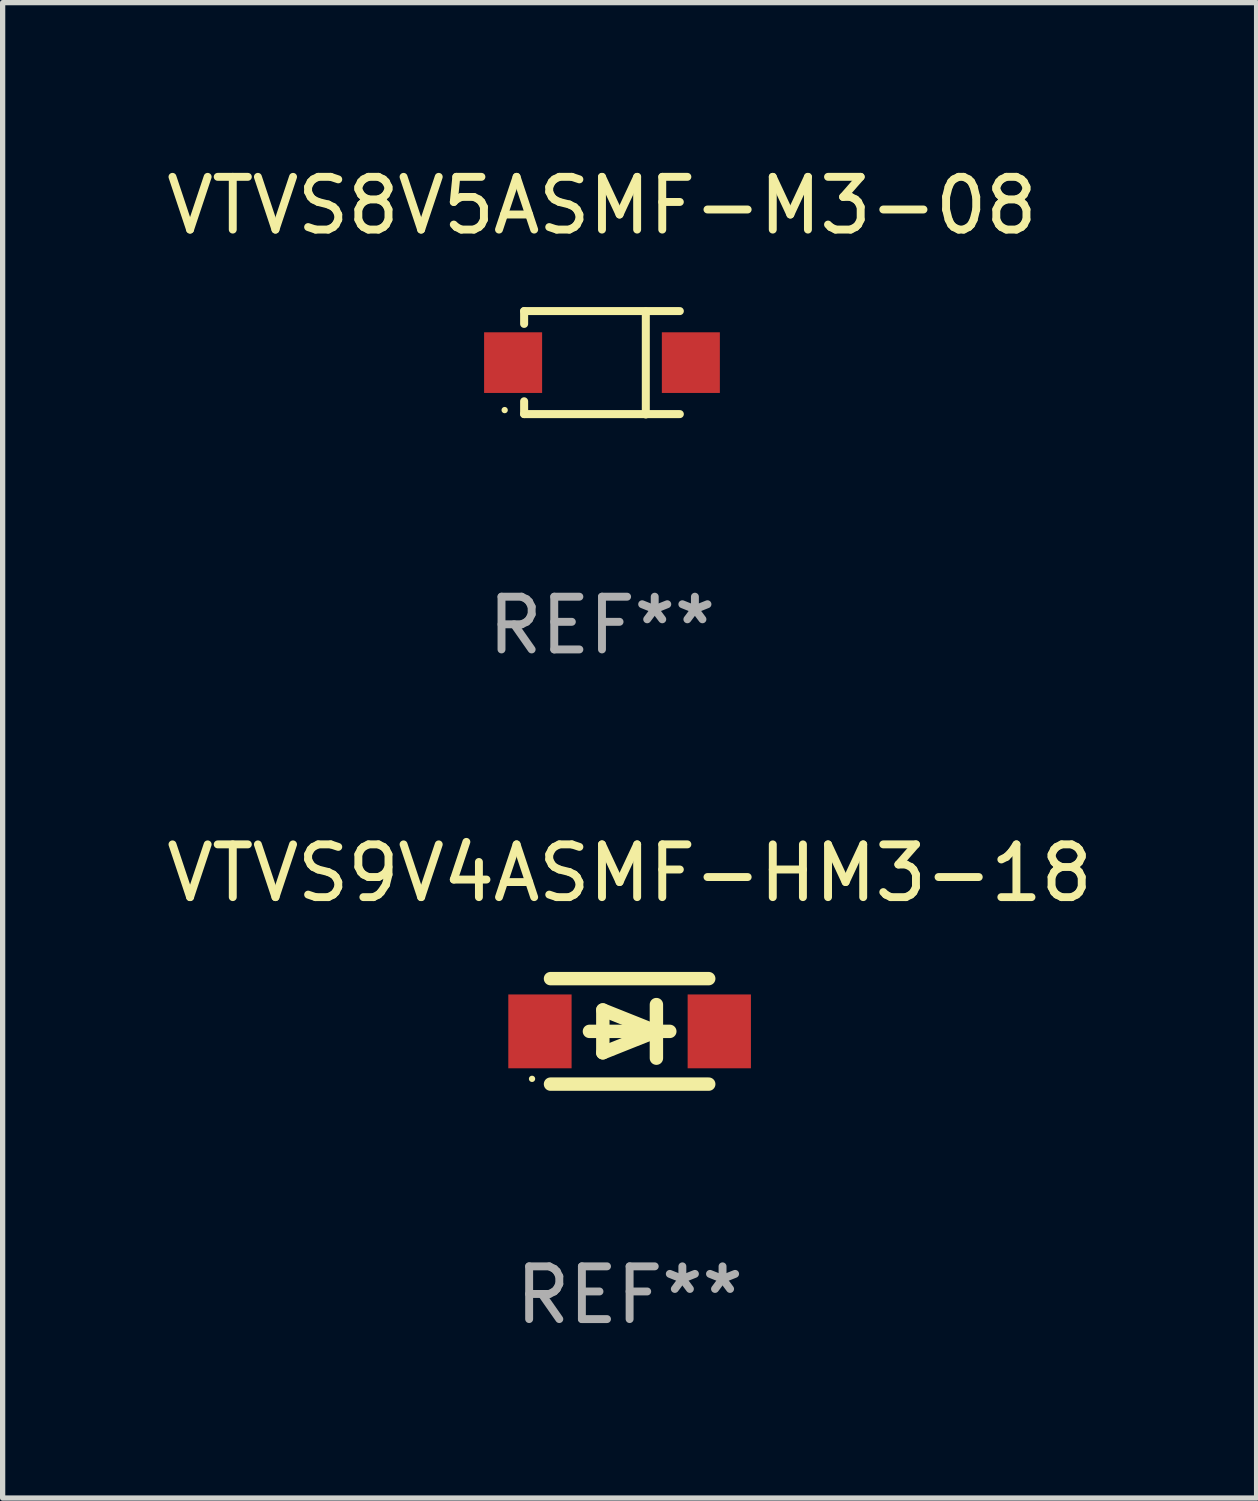
<source format=kicad_pcb>
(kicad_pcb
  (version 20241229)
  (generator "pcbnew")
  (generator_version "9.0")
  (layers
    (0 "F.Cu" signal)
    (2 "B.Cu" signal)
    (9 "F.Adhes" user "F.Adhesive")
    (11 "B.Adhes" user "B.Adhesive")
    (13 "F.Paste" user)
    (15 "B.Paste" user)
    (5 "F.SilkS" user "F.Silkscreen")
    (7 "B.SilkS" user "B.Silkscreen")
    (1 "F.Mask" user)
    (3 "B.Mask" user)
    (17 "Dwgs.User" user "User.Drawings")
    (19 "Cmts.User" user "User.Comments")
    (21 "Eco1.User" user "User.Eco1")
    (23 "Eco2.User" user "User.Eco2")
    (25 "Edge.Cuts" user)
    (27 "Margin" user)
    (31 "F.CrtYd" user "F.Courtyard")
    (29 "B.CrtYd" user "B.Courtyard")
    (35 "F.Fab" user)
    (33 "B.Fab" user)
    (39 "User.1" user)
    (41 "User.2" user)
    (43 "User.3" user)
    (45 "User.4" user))
  (footprint "VTVS9V4ASMF-HM3-18"
    (layer "F.Cu")
    (at 8.887 16.504)
    (property "Reference" "VTVS9V4ASMF-HM3-18" (at 0 -3 0) (layer "F.SilkS") (effects (font (size 1 1) (thickness 0.15))))
    (attr through_hole)
    (fp_line (start -1.5 -1) (end 1.5 -1) (stroke (width 0.254) (type solid)) (layer "F.SilkS"))
    (fp_line (start -1.5 1) (end 1.5 1) (stroke (width 0.254) (type solid)) (layer "F.SilkS"))
    (fp_line (start -0.508 -0.406) (end 0.508 0) (stroke (width 0.254) (type solid)) (layer "F.SilkS"))
    (fp_line (start -0.508 0.406) (end -0.508 -0.406) (stroke (width 0.254) (type solid)) (layer "F.SilkS"))
    (fp_line (start 0.508 0) (end -0.508 0.406) (stroke (width 0.254) (type solid)) (layer "F.SilkS"))
    (fp_line (start 0.508 0.508) (end 0.508 -0.508) (stroke (width 0.254) (type solid)) (layer "F.SilkS"))
    (fp_line (start 0.762 0) (end -0.762 0) (stroke (width 0.254) (type solid)) (layer "F.SilkS"))
    (fp_circle (center -1.85 0.9) (end -1.82 0.9) (stroke (width 0.06) (type solid)) (fill no) (layer "F.SilkS"))
    (fp_text user "REF**" (at 0 5 0) (layer "F.Fab") (effects (font (size 1 1) (thickness 0.15))))
    (pad "1" smd rect (at -1.7 0) (size 1.2 1.4) (layers "F.Cu" "F.Mask" "F.Paste"))
    (pad "2" smd rect (at 1.7 0) (size 1.2 1.4) (layers "F.Cu" "F.Mask" "F.Paste")))
  (footprint "VTVS8V5ASMF-M3-08"
    (layer "F.Cu")
    (at 8.363 3.828)
    (property "Reference" "VTVS8V5ASMF-M3-08" (at 0 -2.98 0) (layer "F.SilkS") (effects (font (size 1 1) (thickness 0.15))))
    (attr through_hole)
    (fp_line (start -1.476 -0.98) (end -1.476 -0.737) (stroke (width 0.152) (type solid)) (layer "F.SilkS"))
    (fp_line (start -1.476 0.973) (end -1.476 0.73) (stroke (width 0.152) (type solid)) (layer "F.SilkS"))
    (fp_line (start 0.831 0.98) (end 0.831 -0.973) (stroke (width 0.152) (type solid)) (layer "F.SilkS"))
    (fp_line (start 1.476 -0.98) (end -1.476 -0.98) (stroke (width 0.152) (type solid)) (layer "F.SilkS"))
    (fp_line (start 1.476 0.973) (end -1.476 0.973) (stroke (width 0.152) (type solid)) (layer "F.SilkS"))
    (fp_circle (center -1.845 0.897) (end -1.815 0.897) (stroke (width 0.06) (type solid)) (fill no) (layer "F.SilkS"))
    (fp_text user "REF**" (at 0 4.98 0) (layer "F.Fab") (effects (font (size 1 1) (thickness 0.15))))
    (pad "1" smd rect (at -1.685 -0.003) (size 1.1 1.15) (layers "F.Cu" "F.Mask" "F.Paste"))
    (pad "2" smd rect (at 1.685 -0.003) (size 1.1 1.15) (layers "F.Cu" "F.Mask" "F.Paste")))
  (gr_rect
    (start -3 -3)
    (end 20.774 25.352)
    (stroke (width 0.1) (type default))
    (fill no)
    (layer "Edge.Cuts")))
</source>
